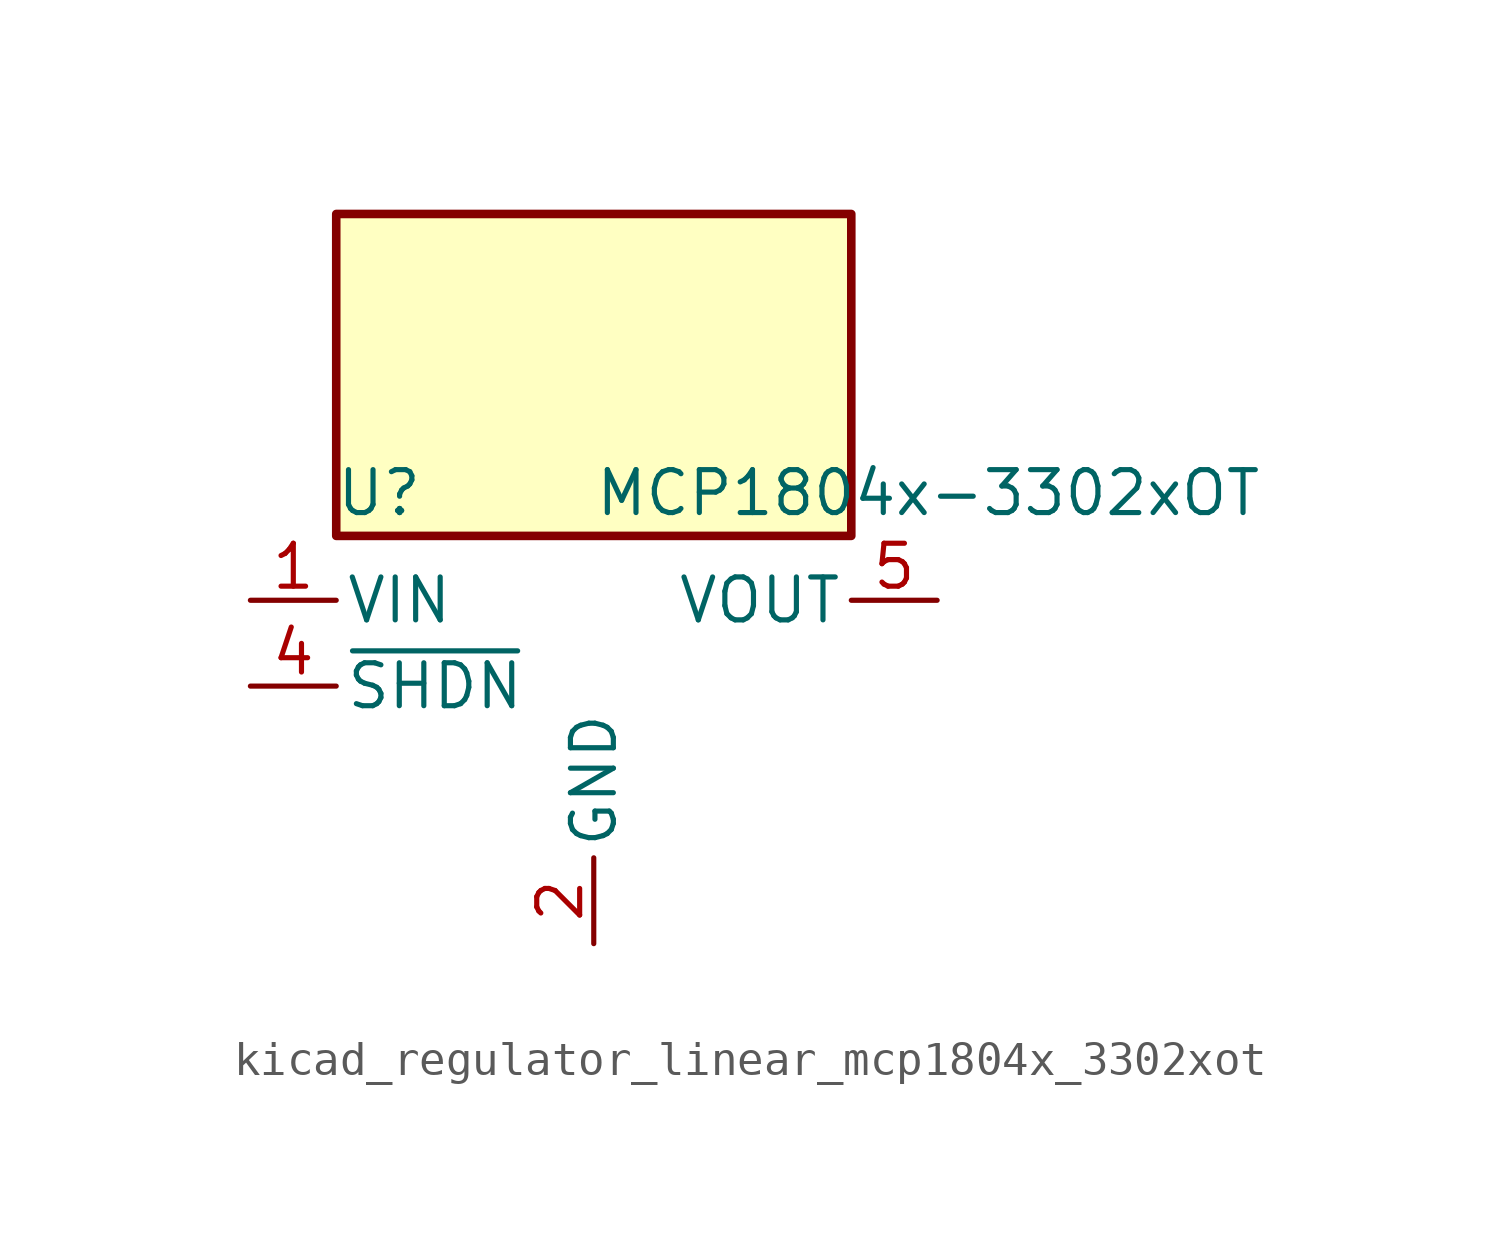
<source format=kicad_sym>
(kicad_symbol_lib
  (version 20220914)
  (generator kicad_symbol_editor)
  (symbol "kicad_regulator_linear_mcp1804x_3302xot"
    (pin_names
      (offset 0.254))
    (property "Reference" "U"
      (at -6.35 5.715 0)
      (effects (font (size 1.27 1.27))))
    (property "Value" "MCP1804x-3302xOT"
      (at 0 5.715 0)
      (effects (font (size 1.27 1.27)) (justify left)))
    (symbol "kicad_regulator_linear_mcp1804x_3302xot_0_1"
      (rectangle (start 7.62 13.97) (end -7.62 4.445) (stroke (width 0.254) (type default)) (fill (type background))))
    (symbol "kicad_regulator_linear_mcp1804x_3302xot_1_1"
      (pin power_in line (at -10.16 2.54 0) (length 2.54) (name "VIN" (effects (font (size 1.27 1.27)))) (number "1" (effects (font (size 1.27 1.27)))))
      (pin power_in line (at 0 -7.62 90) (length 2.54) (name "GND" (effects (font (size 1.27 1.27)))) (number "2" (effects (font (size 1.27 1.27)))))
      (pin no_connect line (at 7.62 0 180) (length 2.54) hide (name "NC" (effects (font (size 1.27 1.27)))) (number "3" (effects (font (size 1.27 1.27)))))
      (pin input line (at -10.16 0 0) (length 2.54) (name "~{SHDN}" (effects (font (size 1.27 1.27)))) (number "4" (effects (font (size 1.27 1.27)))))
      (pin power_out line (at 10.16 2.54 180) (length 2.54) (name "VOUT" (effects (font (size 1.27 1.27)))) (number "5" (effects (font (size 1.27 1.27))))))))
</source>
